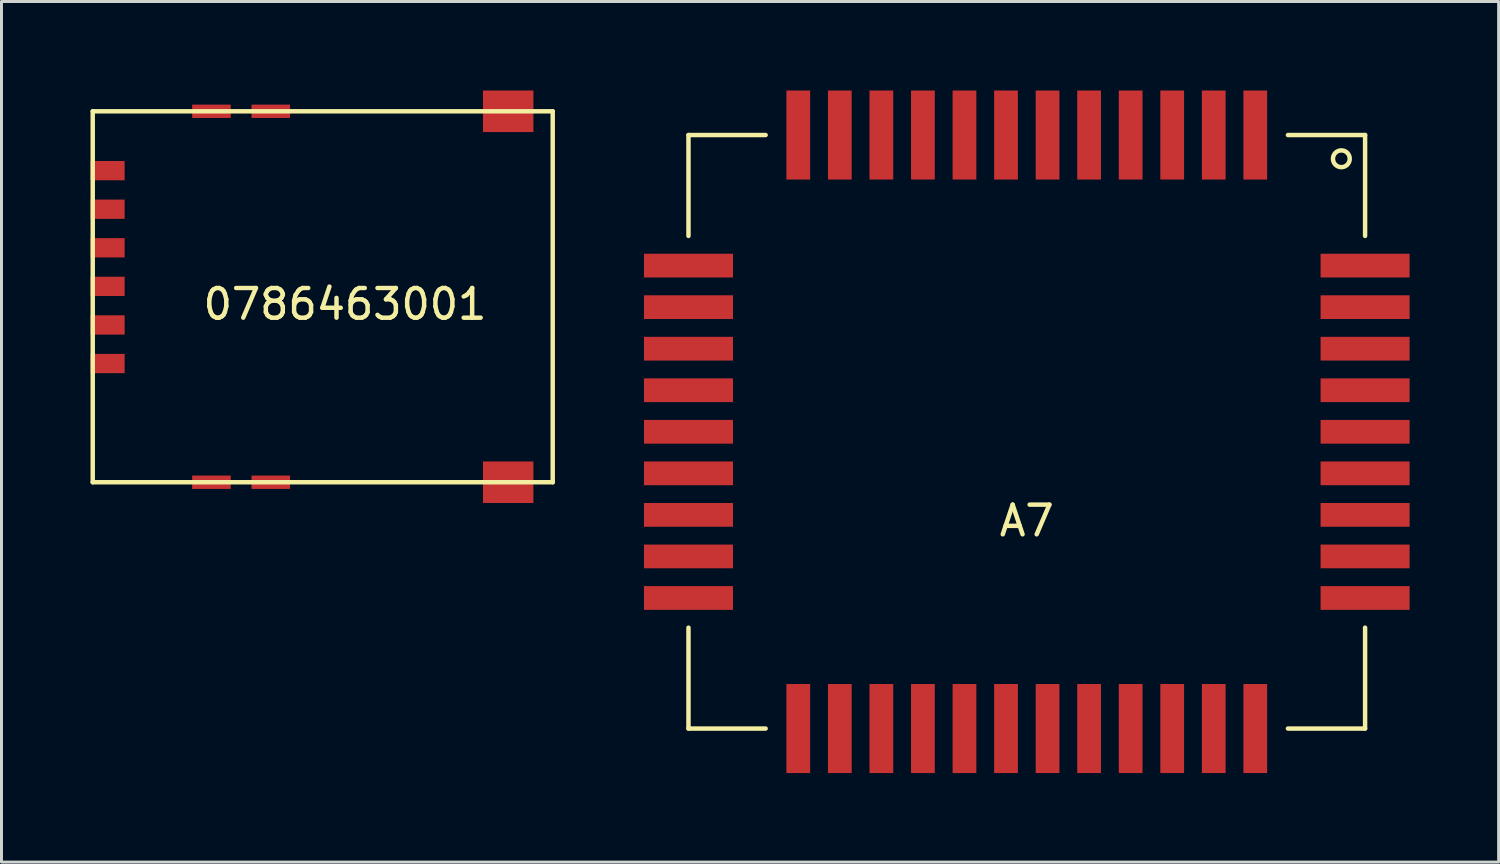
<source format=kicad_pcb>
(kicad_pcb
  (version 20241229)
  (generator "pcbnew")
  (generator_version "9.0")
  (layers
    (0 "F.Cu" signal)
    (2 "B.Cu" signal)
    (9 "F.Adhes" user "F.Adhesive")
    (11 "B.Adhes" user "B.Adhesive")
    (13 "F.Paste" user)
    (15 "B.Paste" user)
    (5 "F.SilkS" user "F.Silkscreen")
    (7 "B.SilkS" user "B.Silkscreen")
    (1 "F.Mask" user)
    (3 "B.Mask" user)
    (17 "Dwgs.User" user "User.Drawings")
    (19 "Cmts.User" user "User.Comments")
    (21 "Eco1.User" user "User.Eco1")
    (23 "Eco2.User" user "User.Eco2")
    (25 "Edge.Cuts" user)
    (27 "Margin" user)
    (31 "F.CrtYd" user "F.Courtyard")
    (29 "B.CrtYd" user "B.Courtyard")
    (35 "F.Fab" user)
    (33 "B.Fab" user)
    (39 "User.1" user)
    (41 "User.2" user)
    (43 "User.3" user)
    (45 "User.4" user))
  (footprint "A7"
    (layer "F.Cu")
    (at 31.55 11.5)
    (property "Reference" "A7" (at 0 3 0) (layer "F.SilkS") (effects (font (size 1 1) (thickness 0.15))))
    (attr through_hole)
    (fp_line (start -11.4 -10) (end -11.4 -6.6) (stroke (width 0.15) (type solid)) (layer "F.SilkS"))
    (fp_line (start -11.4 -10) (end -8.8 -10) (stroke (width 0.15) (type solid)) (layer "F.SilkS"))
    (fp_line (start -11.4 10) (end -11.4 6.6) (stroke (width 0.15) (type solid)) (layer "F.SilkS"))
    (fp_line (start -11.4 10) (end -8.8 10) (stroke (width 0.15) (type solid)) (layer "F.SilkS"))
    (fp_line (start 11.4 -10) (end 8.8 -10) (stroke (width 0.15) (type solid)) (layer "F.SilkS"))
    (fp_line (start 11.4 -10) (end 11.4 -6.6) (stroke (width 0.15) (type solid)) (layer "F.SilkS"))
    (fp_line (start 11.4 10) (end 8.8 10) (stroke (width 0.15) (type solid)) (layer "F.SilkS"))
    (fp_line (start 11.4 10) (end 11.4 6.6) (stroke (width 0.15) (type solid)) (layer "F.SilkS"))
    (fp_circle (center 10.6 -9.2) (end 10.4 -9.4) (stroke (width 0.15) (type solid)) (fill no) (layer "F.SilkS"))
    (pad "1" smd rect (at 7.7 -10) (size 0.8 3) (layers "F.Cu" "F.Mask" "F.Paste"))
    (pad "2" smd rect (at 6.3 -10) (size 0.8 3) (layers "F.Cu" "F.Mask" "F.Paste"))
    (pad "3" smd rect (at 4.9 -10) (size 0.8 3) (layers "F.Cu" "F.Mask" "F.Paste"))
    (pad "4" smd rect (at 3.5 -10) (size 0.8 3) (layers "F.Cu" "F.Mask" "F.Paste"))
    (pad "5" smd rect (at 2.1 -10) (size 0.8 3) (layers "F.Cu" "F.Mask" "F.Paste"))
    (pad "6" smd rect (at 0.7 -10) (size 0.8 3) (layers "F.Cu" "F.Mask" "F.Paste"))
    (pad "7" smd rect (at -0.7 -10) (size 0.8 3) (layers "F.Cu" "F.Mask" "F.Paste"))
    (pad "8" smd rect (at -2.1 -10) (size 0.8 3) (layers "F.Cu" "F.Mask" "F.Paste"))
    (pad "9" smd rect (at -3.5 -10) (size 0.8 3) (layers "F.Cu" "F.Mask" "F.Paste"))
    (pad "10" smd rect (at -4.9 -10) (size 0.8 3) (layers "F.Cu" "F.Mask" "F.Paste"))
    (pad "11" smd rect (at -6.3 -10) (size 0.8 3) (layers "F.Cu" "F.Mask" "F.Paste"))
    (pad "12" smd rect (at -7.7 -10) (size 0.8 3) (layers "F.Cu" "F.Mask" "F.Paste"))
    (pad "13" smd rect (at -11.4 -5.6 90) (size 0.8 3) (layers "F.Cu" "F.Mask" "F.Paste"))
    (pad "14" smd rect (at -11.4 -4.2 90) (size 0.8 3) (layers "F.Cu" "F.Mask" "F.Paste"))
    (pad "15" smd rect (at -11.4 -2.8 90) (size 0.8 3) (layers "F.Cu" "F.Mask" "F.Paste"))
    (pad "16" smd rect (at -11.4 -1.4 90) (size 0.8 3) (layers "F.Cu" "F.Mask" "F.Paste"))
    (pad "17" smd rect (at -11.4 0 90) (size 0.8 3) (layers "F.Cu" "F.Mask" "F.Paste"))
    (pad "18" smd rect (at -11.4 1.4 90) (size 0.8 3) (layers "F.Cu" "F.Mask" "F.Paste"))
    (pad "19" smd rect (at -11.4 2.8 90) (size 0.8 3) (layers "F.Cu" "F.Mask" "F.Paste"))
    (pad "20" smd rect (at -11.4 4.2 90) (size 0.8 3) (layers "F.Cu" "F.Mask" "F.Paste"))
    (pad "21" smd rect (at -11.4 5.6 90) (size 0.8 3) (layers "F.Cu" "F.Mask" "F.Paste"))
    (pad "22" smd rect (at -7.7 10 180) (size 0.8 3) (layers "F.Cu" "F.Mask" "F.Paste"))
    (pad "23" smd rect (at -6.3 10 180) (size 0.8 3) (layers "F.Cu" "F.Mask" "F.Paste"))
    (pad "24" smd rect (at -4.9 10 180) (size 0.8 3) (layers "F.Cu" "F.Mask" "F.Paste"))
    (pad "25" smd rect (at -3.5 10 180) (size 0.8 3) (layers "F.Cu" "F.Mask" "F.Paste"))
    (pad "26" smd rect (at -2.1 10 180) (size 0.8 3) (layers "F.Cu" "F.Mask" "F.Paste"))
    (pad "27" smd rect (at -0.7 10 180) (size 0.8 3) (layers "F.Cu" "F.Mask" "F.Paste"))
    (pad "28" smd rect (at 0.7 10 180) (size 0.8 3) (layers "F.Cu" "F.Mask" "F.Paste"))
    (pad "29" smd rect (at 2.1 10 180) (size 0.8 3) (layers "F.Cu" "F.Mask" "F.Paste"))
    (pad "30" smd rect (at 3.5 10 180) (size 0.8 3) (layers "F.Cu" "F.Mask" "F.Paste"))
    (pad "31" smd rect (at 4.9 10 180) (size 0.8 3) (layers "F.Cu" "F.Mask" "F.Paste"))
    (pad "32" smd rect (at 6.3 10 180) (size 0.8 3) (layers "F.Cu" "F.Mask" "F.Paste"))
    (pad "33" smd rect (at 7.7 10 180) (size 0.8 3) (layers "F.Cu" "F.Mask" "F.Paste"))
    (pad "34" smd rect (at 11.4 5.6 90) (size 0.8 3) (layers "F.Cu" "F.Mask" "F.Paste"))
    (pad "35" smd rect (at 11.4 4.2 90) (size 0.8 3) (layers "F.Cu" "F.Mask" "F.Paste"))
    (pad "36" smd rect (at 11.4 2.8 90) (size 0.8 3) (layers "F.Cu" "F.Mask" "F.Paste"))
    (pad "37" smd rect (at 11.4 1.4 90) (size 0.8 3) (layers "F.Cu" "F.Mask" "F.Paste"))
    (pad "38" smd rect (at 11.4 0 90) (size 0.8 3) (layers "F.Cu" "F.Mask" "F.Paste"))
    (pad "39" smd rect (at 11.4 -1.4 90) (size 0.8 3) (layers "F.Cu" "F.Mask" "F.Paste"))
    (pad "40" smd rect (at 11.4 -2.8 90) (size 0.8 3) (layers "F.Cu" "F.Mask" "F.Paste"))
    (pad "41" smd rect (at 11.4 -4.2 90) (size 0.8 3) (layers "F.Cu" "F.Mask" "F.Paste"))
    (pad "42" smd rect (at 11.4 -5.6 90) (size 0.8 3) (layers "F.Cu" "F.Mask" "F.Paste")))
  (footprint "0786463001"
    (layer "F.Cu")
    (at 8.575 6.7)
    (property "Reference" "0786463001" (at 0 0.5 0) (layer "F.SilkS") (effects (font (size 1 1) (thickness 0.15))))
    (attr through_hole)
    (fp_line (start -8.5 -6) (end -8.5 6.5) (stroke (width 0.15) (type solid)) (layer "F.SilkS"))
    (fp_line (start -8.5 -6) (end 7 -6) (stroke (width 0.15) (type solid)) (layer "F.SilkS"))
    (fp_line (start -8.5 6.5) (end 7 6.5) (stroke (width 0.15) (type solid)) (layer "F.SilkS"))
    (fp_line (start 7 -6) (end 7 6.5) (stroke (width 0.15) (type solid)) (layer "F.SilkS"))
    (pad "1" smd rect (at -8 -2.7) (size 1.15 0.65) (layers "F.Cu" "F.Mask" "F.Paste"))
    (pad "2" smd rect (at -8 -0.1) (size 1.15 0.65) (layers "F.Cu" "F.Mask" "F.Paste"))
    (pad "3" smd rect (at -8 2.5) (size 1.15 0.65) (layers "F.Cu" "F.Mask" "F.Paste"))
    (pad "5" smd rect (at -8 -4) (size 1.15 0.65) (layers "F.Cu" "F.Mask" "F.Paste"))
    (pad "5" smd rect (at -4.5 -6) (size 1.3 0.45) (layers "F.Cu" "F.Mask" "F.Paste"))
    (pad "5" smd rect (at -4.5 6.5) (size 1.3 0.45) (layers "F.Cu" "F.Mask" "F.Paste"))
    (pad "5" smd rect (at -2.5 -6) (size 1.3 0.45) (layers "F.Cu" "F.Mask" "F.Paste"))
    (pad "5" smd rect (at -2.5 6.5) (size 1.3 0.45) (layers "F.Cu" "F.Mask" "F.Paste"))
    (pad "5" smd rect (at 5.5 -6) (size 1.7 1.4) (layers "F.Cu" "F.Mask" "F.Paste"))
    (pad "5" smd rect (at 5.5 6.5) (size 1.7 1.4) (layers "F.Cu" "F.Mask" "F.Paste"))
    (pad "6" smd rect (at -8 -1.4) (size 1.15 0.65) (layers "F.Cu" "F.Mask" "F.Paste"))
    (pad "7" smd rect (at -8 1.2) (size 1.15 0.65) (layers "F.Cu" "F.Mask" "F.Paste")))
  (gr_rect
    (start -3 -3)
    (end 47.45 26)
    (stroke (width 0.1) (type default))
    (fill no)
    (layer "Edge.Cuts")))
</source>
